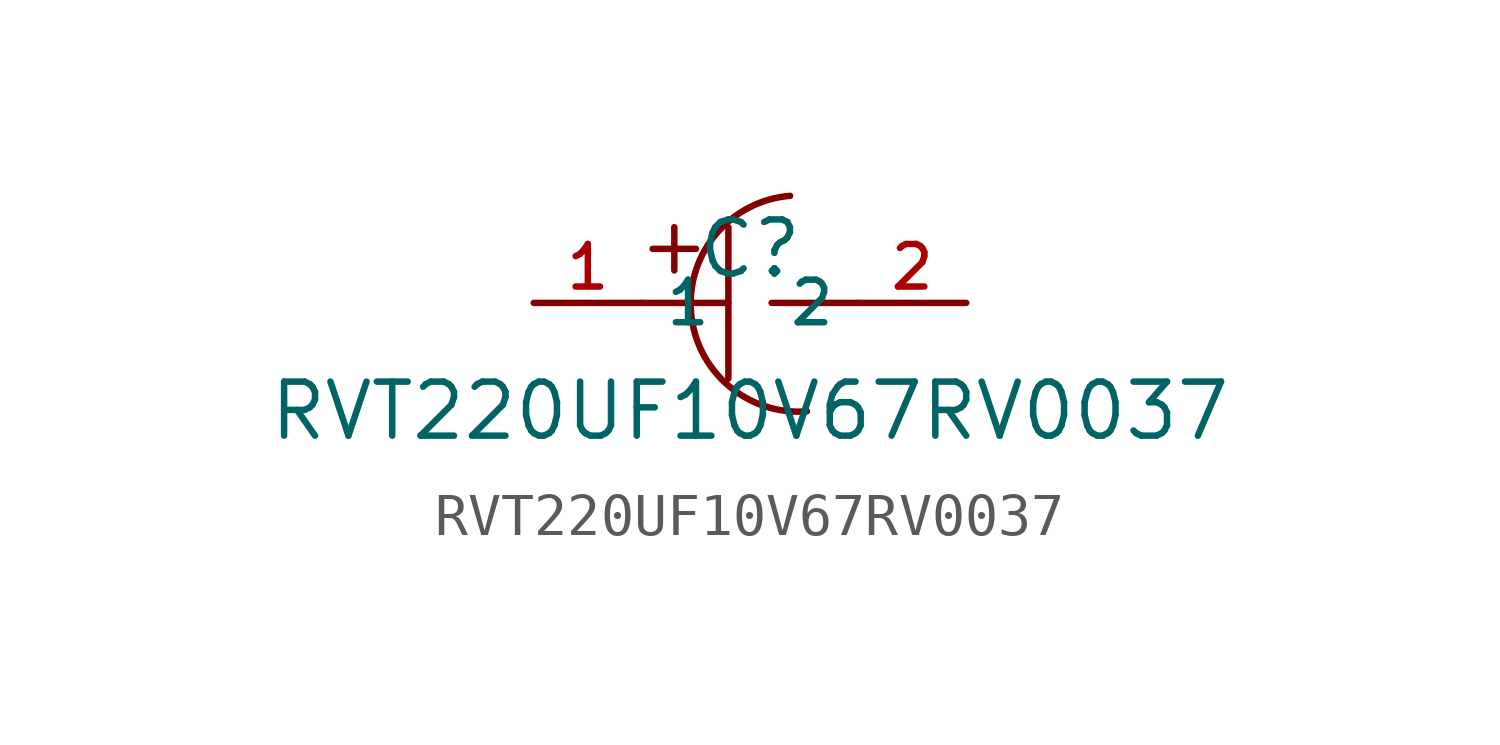
<source format=kicad_sym>
(kicad_symbol_lib
  (version 20210201)
  (generator TousstNicolas/JLC2KiCad_lib)
  (symbol "RVT220UF10V67RV0037"
    (property "Reference" "C"
      (at 0 1.27 0)
      (effects (font (size 1.27 1.27))))
    (property "Value" "RVT220UF10V67RV0037"
      (at 0 -2.54 0)
      (effects (font (size 1.27 1.27))))
    (symbol "RVT220UF10V67RV0037_0_1"
      (polyline (pts (xy -0.508 1.778) (xy -0.508 -1.778)) (stroke (width 0) (type default) (color 0 0 0 0)) (fill (type none)))
      (pin input line (at -5.08 -0.0 0) (length 2.54) (name "1" (effects (font (size 1 1)))) (number "1" (effects (font (size 1 1)))))
      (pin input line (at 5.08 -0.0 180) (length 2.54) (name "2" (effects (font (size 1 1)))) (number "2" (effects (font (size 1 1)))))
      (polyline (pts (xy -2.54 -0.0) (xy -0.508 -0.0)) (stroke (width 0) (type default) (color 0 0 0 0)) (fill (type none)))
      (polyline (pts (xy 0.508 -0.0) (xy 2.54 -0.0)) (stroke (width 0) (type default) (color 0 0 0 0)) (fill (type none)))
      (arc (start 1.336076669933015 -2.5488732196922568) (mid -1.393170600892016 -0.2133945408688318) (end 0.942308016927978 2.515852782158215) (stroke (width 0) (type default) (color 0 0 0 0)) (fill (type none)))
      (polyline (pts (xy -2.286 1.27) (xy -1.27 1.27)) (stroke (width 0) (type default) (color 0 0 0 0)) (fill (type none)))
      (polyline (pts (xy -1.778 1.778) (xy -1.778 0.762)) (stroke (width 0) (type default) (color 0 0 0 0)) (fill (type none))))))
</source>
